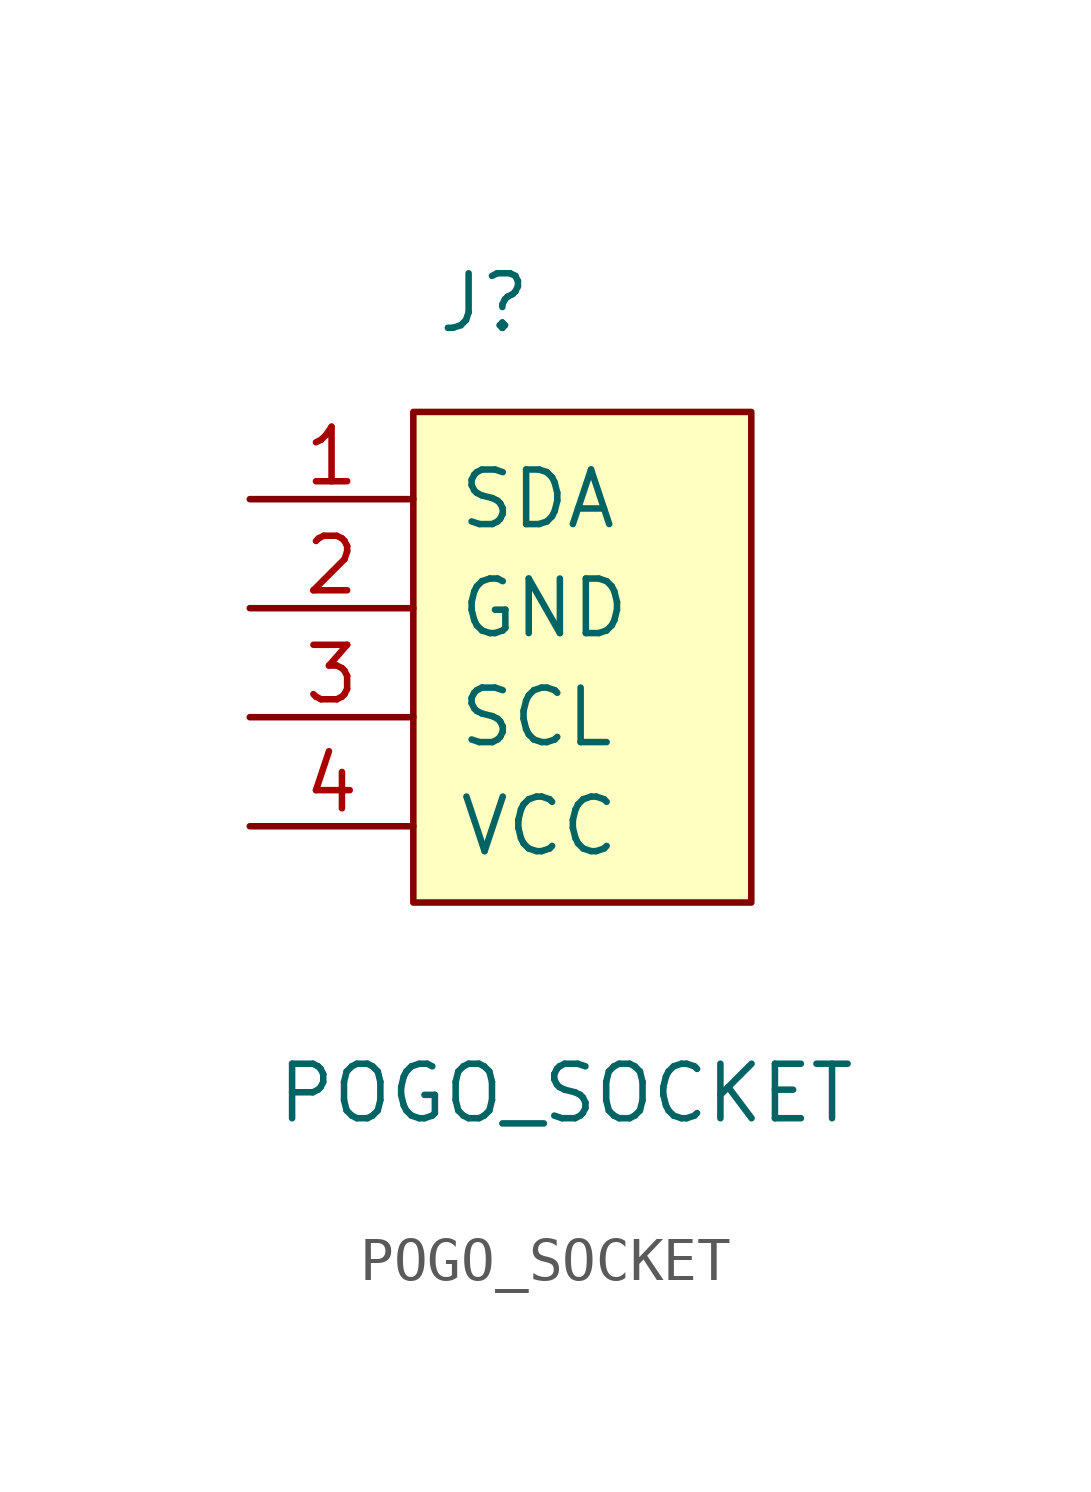
<source format=kicad_sym>
(kicad_symbol_lib
  (version 20220914)
  (generator kicad_symbol_editor)
  (symbol "POGO_SOCKET"
    (pin_names
      (offset 1.016))
    (property "Reference" "J"
      (at -3.429 9.017 0)
      (effects (font (size 1.27 1.27))))
    (property "Value" "POGO_SOCKET"
      (at -1.524 -9.398 0)
      (effects (font (size 1.27 1.27))))
    (symbol "POGO_SOCKET_1_1"
      (rectangle (start -5.08 6.477) (end 2.794 -4.953) (stroke (width 0) (type default)) (fill (type background)))
      (pin passive line (at -8.89 4.445 0) (length 3.81) (name "SDA" (effects (font (size 1.27 1.27)))) (number "1" (effects (font (size 1.27 1.27)))))
      (pin passive line (at -8.89 1.905 0) (length 3.81) (name "GND" (effects (font (size 1.27 1.27)))) (number "2" (effects (font (size 1.27 1.27)))))
      (pin passive line (at -8.89 -0.635 0) (length 3.81) (name "SCL" (effects (font (size 1.27 1.27)))) (number "3" (effects (font (size 1.27 1.27)))))
      (pin passive line (at -8.89 -3.175 0) (length 3.81) (name "VCC" (effects (font (size 1.27 1.27)))) (number "4" (effects (font (size 1.27 1.27))))))))
</source>
